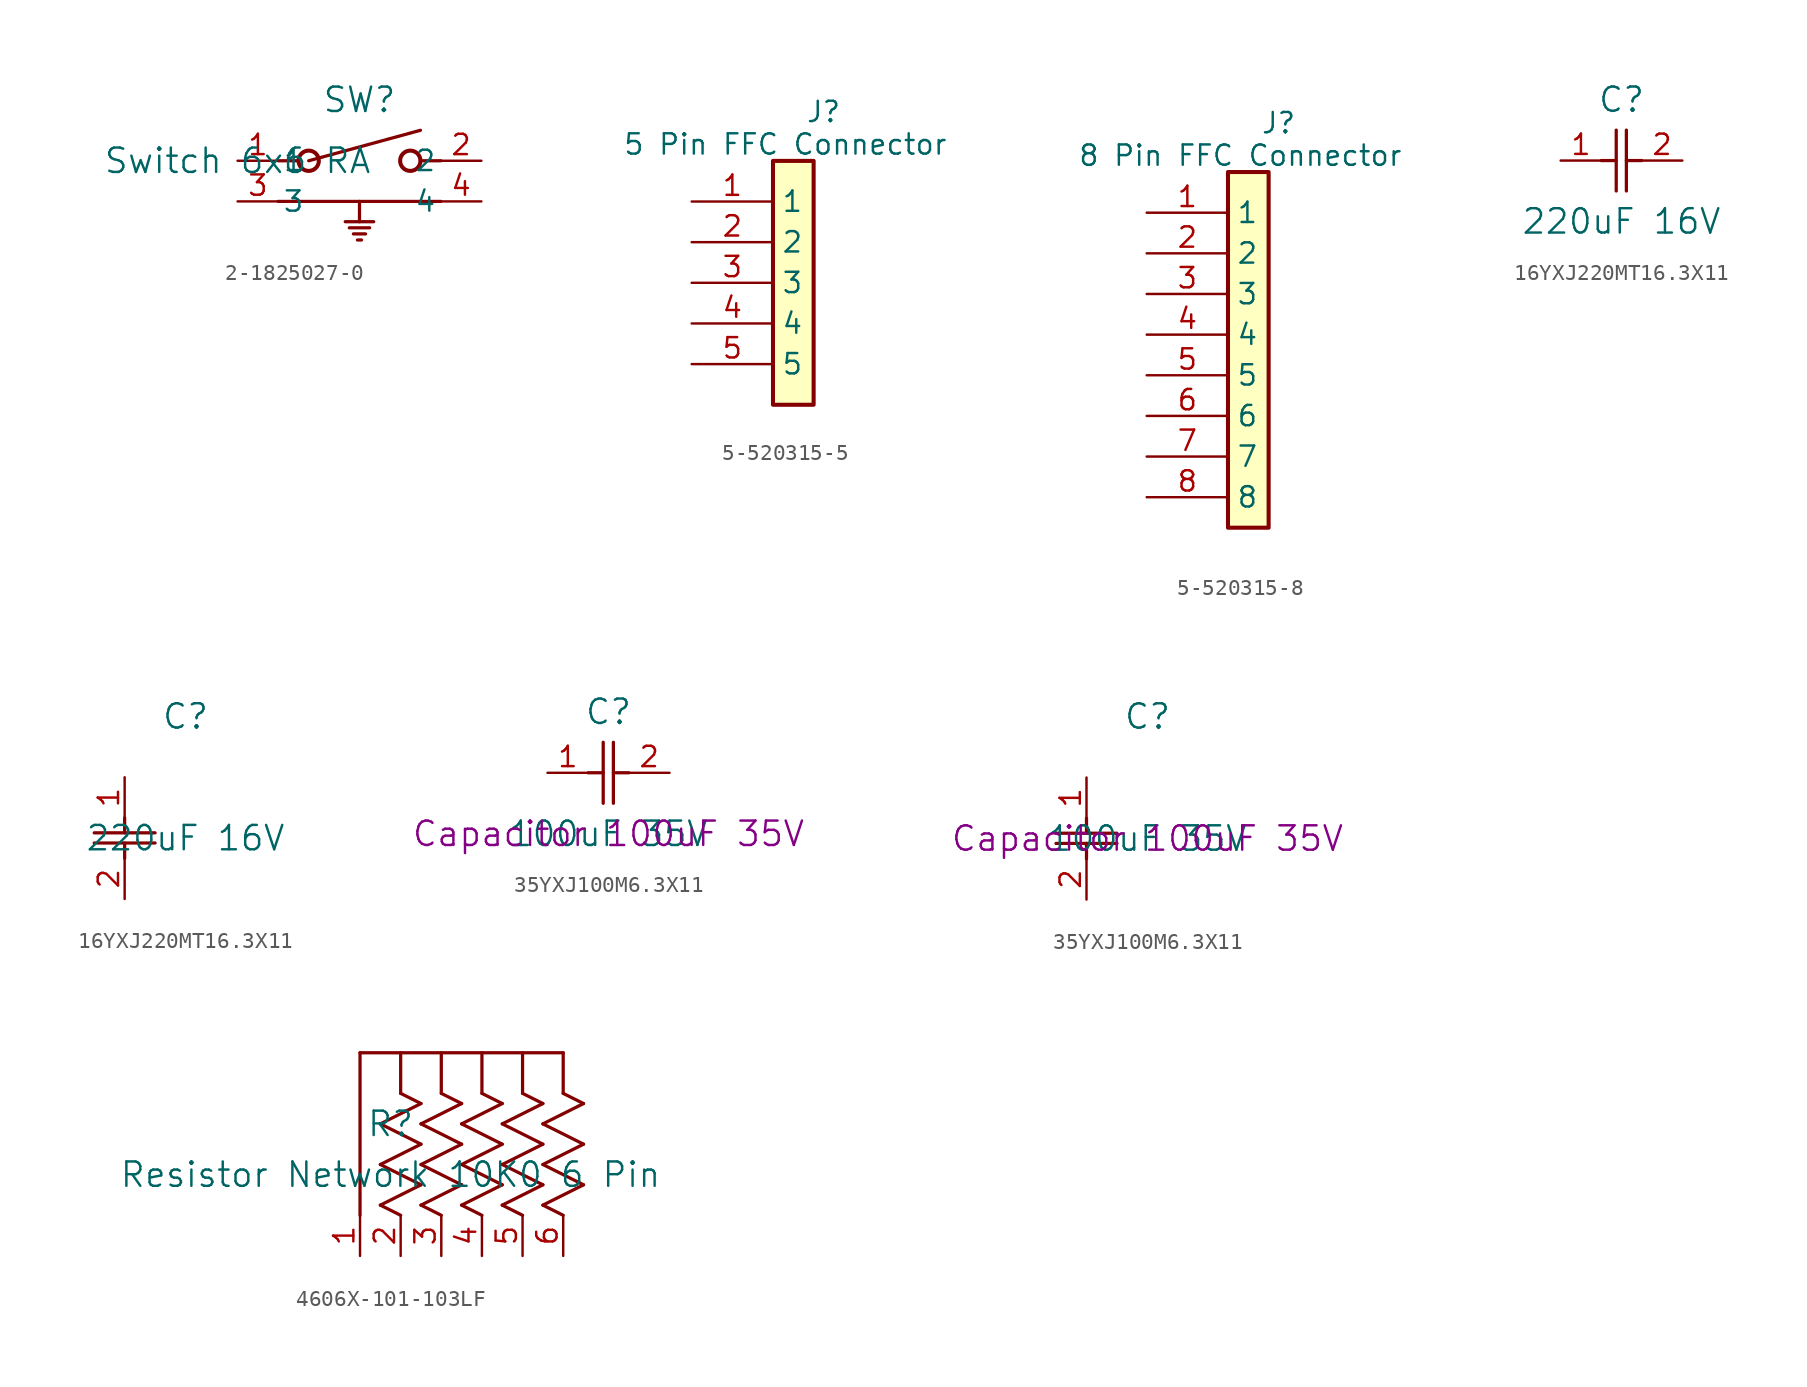
<source format=kicad_sym>
(kicad_symbol_lib
  (version 20241209)
  (generator "kicad_symbol_editor")
  (generator_version "9.0")
  (symbol "2-1825027-0"
    (pin_names
      (offset 0.254))
    (property "Reference" "SW"
      (at 7.62 3.81 0)
      (effects (font (size 1.524 1.524))))
    (property "Value" "Switch 6x6 RA"
      (at 0 0 0)
      (effects (font (size 1.524 1.524))))
    (symbol "2-1825027-0_0_1"
      (polyline (pts (xy 2.54 0) (xy 3.81 0)) (stroke (width 0.203) (type default)) (fill (type none)))
      (polyline (pts (xy 2.54 -2.54) (xy 12.7 -2.54)) (stroke (width 0.203) (type default)) (fill (type none)))
      (polyline (pts (xy 4.445 0) (xy 11.43 1.905)) (stroke (width 0.203) (type default)) (fill (type none)))
      (circle (center 4.445 0) (radius 0.635) (stroke (width 0.254) (type default)) (fill (type none)))
      (polyline (pts (xy 6.731 -3.81) (xy 8.509 -3.81)) (stroke (width 0.203) (type default)) (fill (type none)))
      (polyline (pts (xy 6.985 -4.191) (xy 8.255 -4.191)) (stroke (width 0.203) (type default)) (fill (type none)))
      (polyline (pts (xy 7.239 -4.572) (xy 8.001 -4.572)) (stroke (width 0.203) (type default)) (fill (type none)))
      (polyline (pts (xy 7.493 -4.953) (xy 7.747 -4.953)) (stroke (width 0.203) (type default)) (fill (type none)))
      (polyline (pts (xy 7.62 -2.54) (xy 7.62 -3.81)) (stroke (width 0.203) (type default)) (fill (type none)))
      (circle (center 10.795 0) (radius 0.635) (stroke (width 0.254) (type default)) (fill (type none)))
      (polyline (pts (xy 12.7 0) (xy 11.43 0)) (stroke (width 0.203) (type default)) (fill (type none)))
      (pin unspecified line (at 0 0 0) (length 2.54) (name "1" (effects (font (size 1.27 1.27)))) (number "1" (effects (font (size 1.27 1.27)))))
      (pin unspecified line (at 0 -2.54 0) (length 2.54) (name "3" (effects (font (size 1.27 1.27)))) (number "3" (effects (font (size 1.27 1.27)))))
      (pin unspecified line (at 15.24 0 180) (length 2.54) (name "2" (effects (font (size 1.27 1.27)))) (number "2" (effects (font (size 1.27 1.27)))))
      (pin unspecified line (at 15.24 -2.54 180) (length 2.54) (name "4" (effects (font (size 1.27 1.27)))) (number "4" (effects (font (size 1.27 1.27)))))))
  (symbol "5-520315-5"
    (property "Reference" "J"
      (at 5.842 6.35 0)
      (effects (font (size 1.27 1.27)) (justify left top)))
    (property "Value" "5 Pin FFC Connector"
      (at -5.588 4.318 0)
      (effects (font (size 1.27 1.27)) (justify left top)))
    (symbol "5-520315-5_1_1"
      (rectangle (start 3.81 2.54) (end 6.35 -12.7) (stroke (width 0.254) (type default)) (fill (type background)))
      (pin passive line (at -1.27 0 0) (length 5.08) (name "1" (effects (font (size 1.27 1.27)))) (number "1" (effects (font (size 1.27 1.27)))))
      (pin passive line (at -1.27 -2.54 0) (length 5.08) (name "2" (effects (font (size 1.27 1.27)))) (number "2" (effects (font (size 1.27 1.27)))))
      (pin passive line (at -1.27 -5.08 0) (length 5.08) (name "3" (effects (font (size 1.27 1.27)))) (number "3" (effects (font (size 1.27 1.27)))))
      (pin passive line (at -1.27 -7.62 0) (length 5.08) (name "4" (effects (font (size 1.27 1.27)))) (number "4" (effects (font (size 1.27 1.27)))))
      (pin passive line (at -1.27 -10.16 0) (length 5.08) (name "5" (effects (font (size 1.27 1.27)))) (number "5" (effects (font (size 1.27 1.27)))))))
  (symbol "5-520315-8"
    (property "Reference" "J"
      (at 5.842 6.35 0)
      (effects (font (size 1.27 1.27)) (justify left top)))
    (property "Value" "8 Pin FFC Connector"
      (at -5.588 4.318 0)
      (effects (font (size 1.27 1.27)) (justify left top)))
    (symbol "5-520315-8_1_1"
      (rectangle (start 3.81 2.54) (end 6.35 -19.685) (stroke (width 0.254) (type default)) (fill (type background)))
      (pin passive line (at -1.27 0 0) (length 5.08) (name "1" (effects (font (size 1.27 1.27)))) (number "1" (effects (font (size 1.27 1.27)))))
      (pin passive line (at -1.27 -2.54 0) (length 5.08) (name "2" (effects (font (size 1.27 1.27)))) (number "2" (effects (font (size 1.27 1.27)))))
      (pin passive line (at -1.27 -5.08 0) (length 5.08) (name "3" (effects (font (size 1.27 1.27)))) (number "3" (effects (font (size 1.27 1.27)))))
      (pin passive line (at -1.27 -7.62 0) (length 5.08) (name "4" (effects (font (size 1.27 1.27)))) (number "4" (effects (font (size 1.27 1.27)))))
      (pin passive line (at -1.27 -10.16 0) (length 5.08) (name "5" (effects (font (size 1.27 1.27)))) (number "5" (effects (font (size 1.27 1.27)))))
      (pin passive line (at -1.27 -12.7 0) (length 5.08) (name "6" (effects (font (size 1.27 1.27)))) (number "6" (effects (font (size 1.27 1.27)))))
      (pin passive line (at -1.27 -15.24 0) (length 5.08) (name "7" (effects (font (size 1.27 1.27)))) (number "7" (effects (font (size 1.27 1.27)))))
      (pin passive line (at -1.27 -17.78 0) (length 5.08) (name "8" (effects (font (size 1.27 1.27)))) (number "8" (effects (font (size 1.27 1.27)))))))
  (symbol "16YXJ220MT16.3X11"
    (pin_names
      (offset 0.254))
    (property "Reference" "C"
      (at 3.81 3.81 0)
      (effects (font (size 1.524 1.524))))
    (property "Value" "220uF 16V"
      (at 3.81 -3.81 0)
      (effects (font (size 1.524 1.524))))
    (symbol "16YXJ220MT16.3X11_1_1"
      (polyline (pts (xy 2.54 0) (xy 3.48 0)) (stroke (width 0.203) (type default)) (fill (type none)))
      (polyline (pts (xy 3.48 -1.905) (xy 3.48 1.905)) (stroke (width 0.203) (type default)) (fill (type none)))
      (polyline (pts (xy 4.115 0) (xy 5.08 0)) (stroke (width 0.203) (type default)) (fill (type none)))
      (polyline (pts (xy 4.115 -1.905) (xy 4.115 1.905)) (stroke (width 0.203) (type default)) (fill (type none)))
      (pin unspecified line (at 0 0 0) (length 2.54) (name "" (effects (font (size 1.27 1.27)))) (number "1" (effects (font (size 1.27 1.27)))))
      (pin unspecified line (at 7.62 0 180) (length 2.54) (name "" (effects (font (size 1.27 1.27)))) (number "2" (effects (font (size 1.27 1.27))))))
    (symbol "16YXJ220MT16.3X11_1_2"
      (polyline (pts (xy -1.905 -3.48) (xy 1.905 -3.48)) (stroke (width 0.203) (type default)) (fill (type none)))
      (polyline (pts (xy -1.905 -4.115) (xy 1.905 -4.115)) (stroke (width 0.203) (type default)) (fill (type none)))
      (polyline (pts (xy 0 -2.54) (xy 0 -3.48)) (stroke (width 0.203) (type default)) (fill (type none)))
      (polyline (pts (xy 0 -4.115) (xy 0 -5.08)) (stroke (width 0.203) (type default)) (fill (type none)))
      (pin unspecified line (at 0 0 270) (length 2.54) (name "" (effects (font (size 1.27 1.27)))) (number "1" (effects (font (size 1.27 1.27)))))
      (pin unspecified line (at 0 -7.62 90) (length 2.54) (name "" (effects (font (size 1.27 1.27)))) (number "2" (effects (font (size 1.27 1.27)))))))
  (symbol "35YXJ100M6.3X11"
    (pin_names
      (offset 0.254))
    (property "Reference" "C"
      (at 3.81 3.81 0)
      (effects (font (size 1.524 1.524))))
    (property "Value" "100uF 35V"
      (at 3.81 -3.81 0)
      (effects (font (size 1.524 1.524))))
    (property "Description" "Capacitor 100uF 35V"
      (at 3.81 -3.81 0)
      (effects (font (size 1.524 1.524))))
    (symbol "35YXJ100M6.3X11_1_1"
      (polyline (pts (xy 2.54 0) (xy 3.48 0)) (stroke (width 0.203) (type default)) (fill (type none)))
      (polyline (pts (xy 3.48 -1.905) (xy 3.48 1.905)) (stroke (width 0.203) (type default)) (fill (type none)))
      (polyline (pts (xy 4.115 0) (xy 5.08 0)) (stroke (width 0.203) (type default)) (fill (type none)))
      (polyline (pts (xy 4.115 -1.905) (xy 4.115 1.905)) (stroke (width 0.203) (type default)) (fill (type none)))
      (pin unspecified line (at 0 0 0) (length 2.54) (name "" (effects (font (size 1.27 1.27)))) (number "1" (effects (font (size 1.27 1.27)))))
      (pin unspecified line (at 7.62 0 180) (length 2.54) (name "" (effects (font (size 1.27 1.27)))) (number "2" (effects (font (size 1.27 1.27))))))
    (symbol "35YXJ100M6.3X11_1_2"
      (polyline (pts (xy -1.905 -3.48) (xy 1.905 -3.48)) (stroke (width 0.203) (type default)) (fill (type none)))
      (polyline (pts (xy -1.905 -4.115) (xy 1.905 -4.115)) (stroke (width 0.203) (type default)) (fill (type none)))
      (polyline (pts (xy 0 -2.54) (xy 0 -3.48)) (stroke (width 0.203) (type default)) (fill (type none)))
      (polyline (pts (xy 0 -4.115) (xy 0 -5.08)) (stroke (width 0.203) (type default)) (fill (type none)))
      (pin unspecified line (at 0 0 270) (length 2.54) (name "" (effects (font (size 1.27 1.27)))) (number "1" (effects (font (size 1.27 1.27)))))
      (pin unspecified line (at 0 -7.62 90) (length 2.54) (name "" (effects (font (size 1.27 1.27)))) (number "2" (effects (font (size 1.27 1.27)))))))
  (symbol "4606X-101-103LF"
    (pin_names
      (offset 0.254))
    (property "Reference" "R"
      (at 1.905 8.255 0)
      (effects (font (size 1.524 1.524))))
    (property "Value" "Resistor Network 10K0 6 Pin"
      (at 1.905 5.08 0)
      (effects (font (size 1.524 1.524))))
    (symbol "4606X-101-103LF_0_1"
      (polyline (pts (xy 0 12.7) (xy 12.7 12.7)) (stroke (width 0.203) (type default)) (fill (type none)))
      (polyline (pts (xy 0 2.54) (xy 0 12.7)) (stroke (width 0.203) (type default)) (fill (type none)))
      (polyline (pts (xy 1.27 8.255) (xy 3.81 6.985)) (stroke (width 0.203) (type default)) (fill (type none)))
      (polyline (pts (xy 1.27 5.715) (xy 3.81 4.445)) (stroke (width 0.203) (type default)) (fill (type none)))
      (polyline (pts (xy 1.27 3.175) (xy 2.54 2.54)) (stroke (width 0.203) (type default)) (fill (type none)))
      (polyline (pts (xy 2.54 12.7) (xy 2.54 10.16)) (stroke (width 0.203) (type default)) (fill (type none)))
      (polyline (pts (xy 2.54 10.16) (xy 3.81 9.525)) (stroke (width 0.203) (type default)) (fill (type none)))
      (polyline (pts (xy 3.81 9.525) (xy 1.27 8.255)) (stroke (width 0.203) (type default)) (fill (type none)))
      (polyline (pts (xy 3.81 8.255) (xy 6.35 6.985)) (stroke (width 0.203) (type default)) (fill (type none)))
      (polyline (pts (xy 3.81 6.985) (xy 1.27 5.715)) (stroke (width 0.203) (type default)) (fill (type none)))
      (polyline (pts (xy 3.81 5.715) (xy 6.35 4.445)) (stroke (width 0.203) (type default)) (fill (type none)))
      (polyline (pts (xy 3.81 4.445) (xy 1.27 3.175)) (stroke (width 0.203) (type default)) (fill (type none)))
      (polyline (pts (xy 3.81 3.175) (xy 5.08 2.54)) (stroke (width 0.203) (type default)) (fill (type none)))
      (polyline (pts (xy 5.08 12.7) (xy 5.08 10.16)) (stroke (width 0.203) (type default)) (fill (type none)))
      (polyline (pts (xy 5.08 10.16) (xy 6.35 9.525)) (stroke (width 0.203) (type default)) (fill (type none)))
      (polyline (pts (xy 6.35 9.525) (xy 3.81 8.255)) (stroke (width 0.203) (type default)) (fill (type none)))
      (polyline (pts (xy 6.35 8.255) (xy 8.89 6.985)) (stroke (width 0.203) (type default)) (fill (type none)))
      (polyline (pts (xy 6.35 6.985) (xy 3.81 5.715)) (stroke (width 0.203) (type default)) (fill (type none)))
      (polyline (pts (xy 6.35 5.715) (xy 8.89 4.445)) (stroke (width 0.203) (type default)) (fill (type none)))
      (polyline (pts (xy 6.35 4.445) (xy 3.81 3.175)) (stroke (width 0.203) (type default)) (fill (type none)))
      (polyline (pts (xy 6.35 3.175) (xy 7.62 2.54)) (stroke (width 0.203) (type default)) (fill (type none)))
      (polyline (pts (xy 7.62 12.7) (xy 7.62 10.16)) (stroke (width 0.203) (type default)) (fill (type none)))
      (polyline (pts (xy 7.62 10.16) (xy 8.89 9.525)) (stroke (width 0.203) (type default)) (fill (type none)))
      (polyline (pts (xy 8.89 9.525) (xy 6.35 8.255)) (stroke (width 0.203) (type default)) (fill (type none)))
      (polyline (pts (xy 8.89 8.255) (xy 11.43 6.985)) (stroke (width 0.203) (type default)) (fill (type none)))
      (polyline (pts (xy 8.89 6.985) (xy 6.35 5.715)) (stroke (width 0.203) (type default)) (fill (type none)))
      (polyline (pts (xy 8.89 5.715) (xy 11.43 4.445)) (stroke (width 0.203) (type default)) (fill (type none)))
      (polyline (pts (xy 8.89 4.445) (xy 6.35 3.175)) (stroke (width 0.203) (type default)) (fill (type none)))
      (polyline (pts (xy 8.89 3.175) (xy 10.16 2.54)) (stroke (width 0.203) (type default)) (fill (type none)))
      (polyline (pts (xy 10.16 12.7) (xy 10.16 10.16)) (stroke (width 0.203) (type default)) (fill (type none)))
      (polyline (pts (xy 10.16 10.16) (xy 11.43 9.525)) (stroke (width 0.203) (type default)) (fill (type none)))
      (polyline (pts (xy 11.43 9.525) (xy 8.89 8.255)) (stroke (width 0.203) (type default)) (fill (type none)))
      (polyline (pts (xy 11.43 8.255) (xy 13.97 6.985)) (stroke (width 0.203) (type default)) (fill (type none)))
      (polyline (pts (xy 11.43 6.985) (xy 8.89 5.715)) (stroke (width 0.203) (type default)) (fill (type none)))
      (polyline (pts (xy 11.43 5.715) (xy 13.97 4.445)) (stroke (width 0.203) (type default)) (fill (type none)))
      (polyline (pts (xy 11.43 4.445) (xy 8.89 3.175)) (stroke (width 0.203) (type default)) (fill (type none)))
      (polyline (pts (xy 11.43 3.175) (xy 12.7 2.54)) (stroke (width 0.203) (type default)) (fill (type none)))
      (polyline (pts (xy 12.7 12.7) (xy 12.7 10.16)) (stroke (width 0.203) (type default)) (fill (type none)))
      (polyline (pts (xy 12.7 10.16) (xy 13.97 9.525)) (stroke (width 0.203) (type default)) (fill (type none)))
      (polyline (pts (xy 13.97 9.525) (xy 11.43 8.255)) (stroke (width 0.203) (type default)) (fill (type none)))
      (polyline (pts (xy 13.97 6.985) (xy 11.43 5.715)) (stroke (width 0.203) (type default)) (fill (type none)))
      (polyline (pts (xy 13.97 4.445) (xy 11.43 3.175)) (stroke (width 0.203) (type default)) (fill (type none)))
      (pin unspecified line (at 0 0 90) (length 2.54) (name "" (effects (font (size 1.27 1.27)))) (number "1" (effects (font (size 1.27 1.27)))))
      (pin unspecified line (at 2.54 0 90) (length 2.54) (name "" (effects (font (size 1.27 1.27)))) (number "2" (effects (font (size 1.27 1.27)))))
      (pin unspecified line (at 5.08 0 90) (length 2.54) (name "" (effects (font (size 1.27 1.27)))) (number "3" (effects (font (size 1.27 1.27)))))
      (pin unspecified line (at 7.62 0 90) (length 2.54) (name "" (effects (font (size 1.27 1.27)))) (number "4" (effects (font (size 1.27 1.27)))))
      (pin unspecified line (at 10.16 0 90) (length 2.54) (name "" (effects (font (size 1.27 1.27)))) (number "5" (effects (font (size 1.27 1.27)))))
      (pin unspecified line (at 12.7 0 90) (length 2.54) (name "" (effects (font (size 1.27 1.27)))) (number "6" (effects (font (size 1.27 1.27))))))))
</source>
